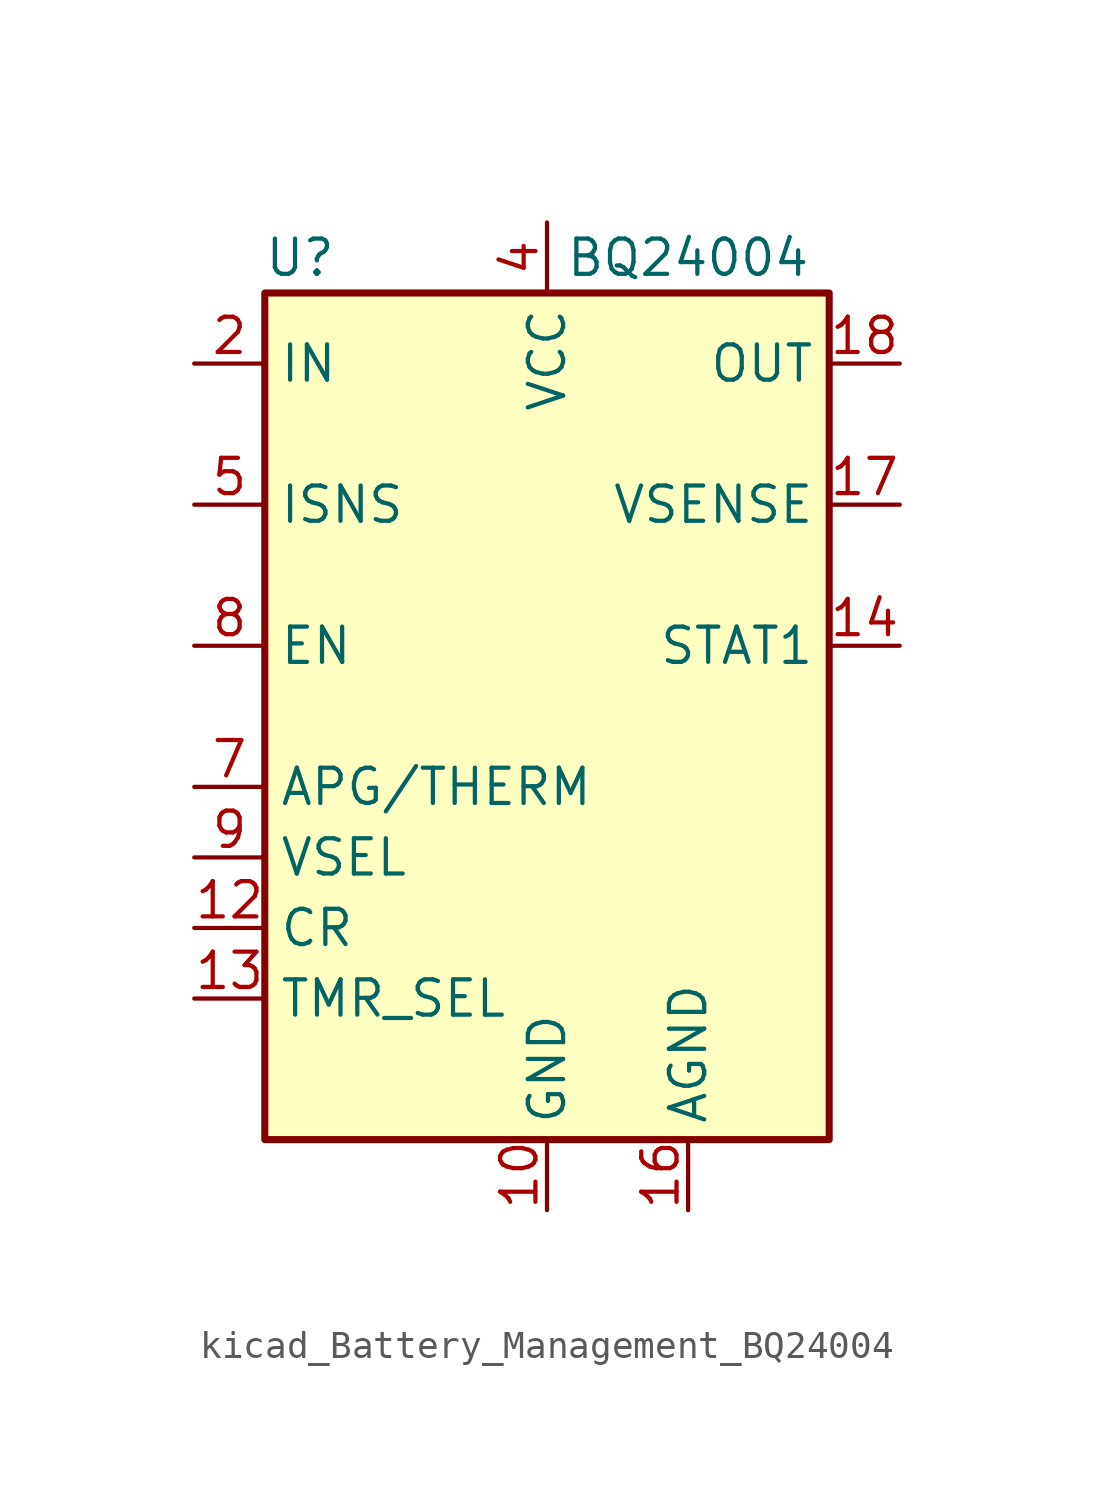
<source format=kicad_sym>
(kicad_symbol_lib
  (version 20220914)
  (generator kicad_symbol_editor)
  (symbol "kicad_Battery_Management_BQ24004"
    (property "Reference" "U"
      (at -8.89 16.51 0)
      (effects (font (size 1.27 1.27))))
    (property "Value" "BQ24004"
      (at 5.08 16.51 0)
      (effects (font (size 1.27 1.27))))
    (symbol "kicad_Battery_Management_BQ24004_0_1"
      (rectangle (start -10.16 15.24) (end 10.16 -15.24) (stroke (width 0.254) (type default)) (fill (type background))))
    (symbol "kicad_Battery_Management_BQ24004_1_1"
      (pin no_connect line (at 10.16 -2.54 180) (length 2.54) hide (name "N/C" (effects (font (size 1.27 1.27)))) (number "1" (effects (font (size 1.27 1.27)))))
      (pin power_in line (at 0 -17.78 90) (length 2.54) (name "GND" (effects (font (size 1.27 1.27)))) (number "10" (effects (font (size 1.27 1.27)))))
      (pin no_connect line (at 10.16 -7.62 180) (length 2.54) hide (name "N/C" (effects (font (size 1.27 1.27)))) (number "11" (effects (font (size 1.27 1.27)))))
      (pin input line (at -12.7 -7.62 0) (length 2.54) (name "CR" (effects (font (size 1.27 1.27)))) (number "12" (effects (font (size 1.27 1.27)))))
      (pin input line (at -12.7 -10.16 0) (length 2.54) (name "TMR_SEL" (effects (font (size 1.27 1.27)))) (number "13" (effects (font (size 1.27 1.27)))))
      (pin output line (at 12.7 2.54 180) (length 2.54) (name "STAT1" (effects (font (size 1.27 1.27)))) (number "14" (effects (font (size 1.27 1.27)))))
      (pin no_connect line (at 10.16 0 180) (length 2.54) hide (name "N/C" (effects (font (size 1.27 1.27)))) (number "15" (effects (font (size 1.27 1.27)))))
      (pin power_in line (at 5.08 -17.78 90) (length 2.54) (name "AGND" (effects (font (size 1.27 1.27)))) (number "16" (effects (font (size 1.27 1.27)))))
      (pin input line (at 12.7 7.62 180) (length 2.54) (name "VSENSE" (effects (font (size 1.27 1.27)))) (number "17" (effects (font (size 1.27 1.27)))))
      (pin output line (at 12.7 12.7 180) (length 2.54) (name "OUT" (effects (font (size 1.27 1.27)))) (number "18" (effects (font (size 1.27 1.27)))))
      (pin passive line (at 12.7 12.7 180) (length 2.54) hide (name "OUT" (effects (font (size 1.27 1.27)))) (number "19" (effects (font (size 1.27 1.27)))))
      (pin input line (at -12.7 12.7 0) (length 2.54) (name "IN" (effects (font (size 1.27 1.27)))) (number "2" (effects (font (size 1.27 1.27)))))
      (pin no_connect line (at 10.16 -10.16 180) (length 2.54) hide (name "N/C" (effects (font (size 1.27 1.27)))) (number "20" (effects (font (size 1.27 1.27)))))
      (pin passive line (at 0 -17.78 90) (length 2.54) hide (name "GND" (effects (font (size 1.27 1.27)))) (number "21" (effects (font (size 1.27 1.27)))))
      (pin input line (at -12.7 12.7 0) (length 2.54) hide (name "IN" (effects (font (size 1.27 1.27)))) (number "3" (effects (font (size 1.27 1.27)))))
      (pin power_in line (at 0 17.78 270) (length 2.54) (name "VCC" (effects (font (size 1.27 1.27)))) (number "4" (effects (font (size 1.27 1.27)))))
      (pin input line (at -12.7 7.62 0) (length 2.54) (name "ISNS" (effects (font (size 1.27 1.27)))) (number "5" (effects (font (size 1.27 1.27)))))
      (pin no_connect line (at 10.16 -5.08 180) (length 2.54) hide (name "N/C" (effects (font (size 1.27 1.27)))) (number "6" (effects (font (size 1.27 1.27)))))
      (pin input line (at -12.7 -2.54 0) (length 2.54) (name "APG/THERM" (effects (font (size 1.27 1.27)))) (number "7" (effects (font (size 1.27 1.27)))))
      (pin input line (at -12.7 2.54 0) (length 2.54) (name "EN" (effects (font (size 1.27 1.27)))) (number "8" (effects (font (size 1.27 1.27)))))
      (pin input line (at -12.7 -5.08 0) (length 2.54) (name "VSEL" (effects (font (size 1.27 1.27)))) (number "9" (effects (font (size 1.27 1.27))))))))
</source>
